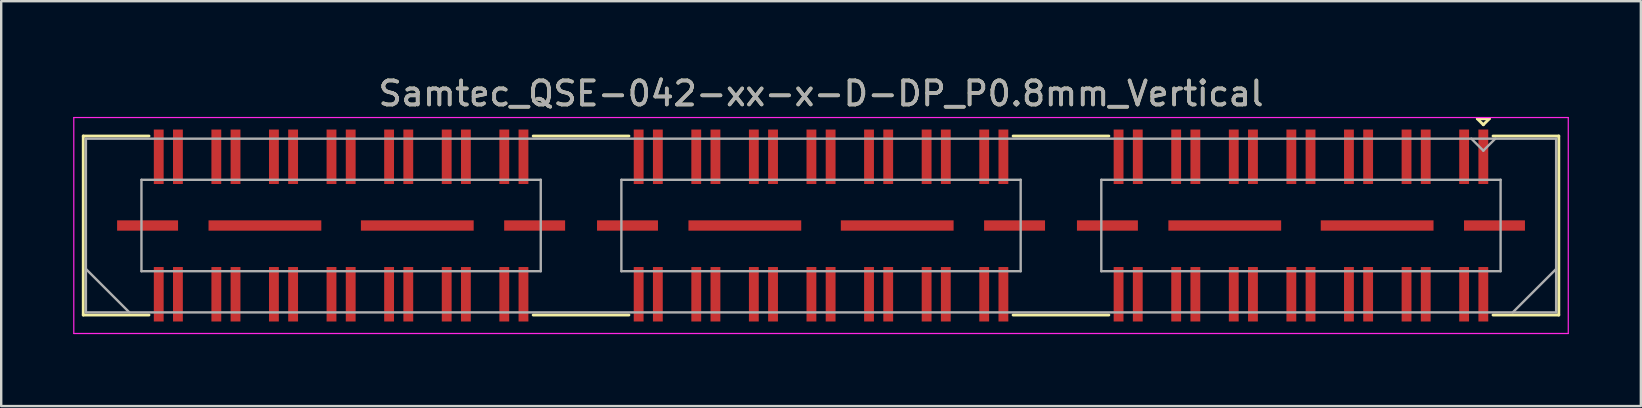
<source format=kicad_pcb>
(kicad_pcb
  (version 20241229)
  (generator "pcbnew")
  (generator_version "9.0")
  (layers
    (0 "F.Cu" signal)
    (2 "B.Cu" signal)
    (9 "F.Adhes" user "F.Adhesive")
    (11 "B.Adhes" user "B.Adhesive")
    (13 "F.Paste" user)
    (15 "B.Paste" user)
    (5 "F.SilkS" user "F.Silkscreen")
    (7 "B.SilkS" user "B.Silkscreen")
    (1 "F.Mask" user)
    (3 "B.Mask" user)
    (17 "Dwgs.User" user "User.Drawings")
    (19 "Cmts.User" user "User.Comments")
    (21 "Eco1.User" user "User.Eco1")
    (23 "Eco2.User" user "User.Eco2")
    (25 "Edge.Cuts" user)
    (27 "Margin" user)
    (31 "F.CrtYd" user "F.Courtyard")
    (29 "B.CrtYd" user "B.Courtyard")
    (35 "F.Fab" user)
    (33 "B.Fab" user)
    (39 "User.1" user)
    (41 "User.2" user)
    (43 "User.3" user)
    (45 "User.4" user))
  (footprint "Samtec_QSE-042-xx-x-D-DP_P0.8mm_Vertical"
    (layer "F.Cu")
    (at 31.165 6.348)
    (property "Reference" "Samtec_QSE-042-xx-x-D-DP_P0.8mm_Vertical" (at 0 -5.5 0) (layer "F.SilkS") (effects (font (size 1 1) (thickness 0.15))))
    (attr smd)
    (fp_line (start -30.745 -3.73) (end -28.005 -3.73) (stroke (width 0.12) (type solid)) (layer "F.SilkS"))
    (fp_line (start -30.745 3.73) (end -30.745 -3.73) (stroke (width 0.12) (type solid)) (layer "F.SilkS"))
    (fp_line (start -28.005 3.73) (end -30.745 3.73) (stroke (width 0.12) (type solid)) (layer "F.SilkS"))
    (fp_line (start -8.005 -3.73) (end -11.995 -3.73) (stroke (width 0.12) (type solid)) (layer "F.SilkS"))
    (fp_line (start -8.005 3.73) (end -11.995 3.73) (stroke (width 0.12) (type solid)) (layer "F.SilkS"))
    (fp_line (start 11.995 -3.73) (end 8.005 -3.73) (stroke (width 0.12) (type solid)) (layer "F.SilkS"))
    (fp_line (start 11.995 3.73) (end 8.005 3.73) (stroke (width 0.12) (type solid)) (layer "F.SilkS"))
    (fp_line (start 27.35 -4.45) (end 27.85 -4.45) (stroke (width 0.12) (type solid)) (layer "F.SilkS"))
    (fp_line (start 27.6 -4.2) (end 27.35 -4.45) (stroke (width 0.12) (type solid)) (layer "F.SilkS"))
    (fp_line (start 27.85 -4.45) (end 27.6 -4.2) (stroke (width 0.12) (type solid)) (layer "F.SilkS"))
    (fp_line (start 28.005 3.73) (end 30.745 3.73) (stroke (width 0.12) (type solid)) (layer "F.SilkS"))
    (fp_line (start 30.745 -3.73) (end 28.005 -3.73) (stroke (width 0.12) (type solid)) (layer "F.SilkS"))
    (fp_line (start 30.745 3.73) (end 30.745 -3.73) (stroke (width 0.12) (type solid)) (layer "F.SilkS"))
    (fp_line (start -31.14 -4.5) (end -31.14 4.5) (stroke (width 0.05) (type solid)) (layer "F.CrtYd"))
    (fp_line (start -31.14 4.5) (end 31.14 4.5) (stroke (width 0.05) (type solid)) (layer "F.CrtYd"))
    (fp_line (start 31.14 -4.5) (end -31.14 -4.5) (stroke (width 0.05) (type solid)) (layer "F.CrtYd"))
    (fp_line (start 31.14 4.5) (end 31.14 -4.5) (stroke (width 0.05) (type solid)) (layer "F.CrtYd"))
    (fp_line (start -30.635 -3.62) (end -30.635 3.62) (stroke (width 0.1) (type solid)) (layer "F.Fab"))
    (fp_line (start -30.635 1.81) (end -28.825 3.62) (stroke (width 0.1) (type solid)) (layer "F.Fab"))
    (fp_line (start -30.635 3.62) (end 30.635 3.62) (stroke (width 0.1) (type solid)) (layer "F.Fab"))
    (fp_line (start -28.32 -1.905) (end -28.32 1.905) (stroke (width 0.1) (type solid)) (layer "F.Fab"))
    (fp_line (start -28.32 1.905) (end -11.68 1.905) (stroke (width 0.1) (type solid)) (layer "F.Fab"))
    (fp_line (start -11.68 -1.905) (end -28.32 -1.905) (stroke (width 0.1) (type solid)) (layer "F.Fab"))
    (fp_line (start -11.68 1.905) (end -11.68 -1.905) (stroke (width 0.1) (type solid)) (layer "F.Fab"))
    (fp_line (start -8.32 -1.905) (end -8.32 1.905) (stroke (width 0.1) (type solid)) (layer "F.Fab"))
    (fp_line (start -8.32 1.905) (end 8.32 1.905) (stroke (width 0.1) (type solid)) (layer "F.Fab"))
    (fp_line (start 8.32 -1.905) (end -8.32 -1.905) (stroke (width 0.1) (type solid)) (layer "F.Fab"))
    (fp_line (start 8.32 1.905) (end 8.32 -1.905) (stroke (width 0.1) (type solid)) (layer "F.Fab"))
    (fp_line (start 11.68 -1.905) (end 11.68 1.905) (stroke (width 0.1) (type solid)) (layer "F.Fab"))
    (fp_line (start 11.68 1.905) (end 28.32 1.905) (stroke (width 0.1) (type solid)) (layer "F.Fab"))
    (fp_line (start 27.6 -3.12) (end 27.1 -3.62) (stroke (width 0.1) (type solid)) (layer "F.Fab"))
    (fp_line (start 28.1 -3.62) (end 27.6 -3.12) (stroke (width 0.1) (type solid)) (layer "F.Fab"))
    (fp_line (start 28.32 -1.905) (end 11.68 -1.905) (stroke (width 0.1) (type solid)) (layer "F.Fab"))
    (fp_line (start 28.32 1.905) (end 28.32 -1.905) (stroke (width 0.1) (type solid)) (layer "F.Fab"))
    (fp_line (start 30.635 -3.62) (end -30.635 -3.62) (stroke (width 0.1) (type solid)) (layer "F.Fab"))
    (fp_line (start 30.635 1.81) (end 28.825 3.62) (stroke (width 0.1) (type solid)) (layer "F.Fab"))
    (fp_line (start 30.635 3.62) (end 30.635 -3.62) (stroke (width 0.1) (type solid)) (layer "F.Fab"))
    (fp_text user "${REFERENCE}" (at 0 -5.5 0) (layer "F.Fab") (effects (font (size 1 1) (thickness 0.15))))
    (pad "1" smd rect (at 27.6 -2.865) (size 0.41 2.27) (layers "F.Cu" "F.Mask" "F.Paste"))
    (pad "2" smd rect (at 27.6 2.865) (size 0.41 2.27) (layers "F.Cu" "F.Mask" "F.Paste"))
    (pad "3" smd rect (at 26.8 -2.865) (size 0.41 2.27) (layers "F.Cu" "F.Mask" "F.Paste"))
    (pad "4" smd rect (at 26.8 2.865) (size 0.41 2.27) (layers "F.Cu" "F.Mask" "F.Paste"))
    (pad "5" smd rect (at 25.2 -2.865) (size 0.41 2.27) (layers "F.Cu" "F.Mask" "F.Paste"))
    (pad "6" smd rect (at 25.2 2.865) (size 0.41 2.27) (layers "F.Cu" "F.Mask" "F.Paste"))
    (pad "7" smd rect (at 24.4 -2.865) (size 0.41 2.27) (layers "F.Cu" "F.Mask" "F.Paste"))
    (pad "8" smd rect (at 24.4 2.865) (size 0.41 2.27) (layers "F.Cu" "F.Mask" "F.Paste"))
    (pad "9" smd rect (at 22.8 -2.865) (size 0.41 2.27) (layers "F.Cu" "F.Mask" "F.Paste"))
    (pad "10" smd rect (at 22.8 2.865) (size 0.41 2.27) (layers "F.Cu" "F.Mask" "F.Paste"))
    (pad "11" smd rect (at 22 -2.865) (size 0.41 2.27) (layers "F.Cu" "F.Mask" "F.Paste"))
    (pad "12" smd rect (at 22 2.865) (size 0.41 2.27) (layers "F.Cu" "F.Mask" "F.Paste"))
    (pad "13" smd rect (at 20.4 -2.865) (size 0.41 2.27) (layers "F.Cu" "F.Mask" "F.Paste"))
    (pad "14" smd rect (at 20.4 2.865) (size 0.41 2.27) (layers "F.Cu" "F.Mask" "F.Paste"))
    (pad "15" smd rect (at 19.6 -2.865) (size 0.41 2.27) (layers "F.Cu" "F.Mask" "F.Paste"))
    (pad "16" smd rect (at 19.6 2.865) (size 0.41 2.27) (layers "F.Cu" "F.Mask" "F.Paste"))
    (pad "17" smd rect (at 18 -2.865) (size 0.41 2.27) (layers "F.Cu" "F.Mask" "F.Paste"))
    (pad "18" smd rect (at 18 2.865) (size 0.41 2.27) (layers "F.Cu" "F.Mask" "F.Paste"))
    (pad "19" smd rect (at 17.2 -2.865) (size 0.41 2.27) (layers "F.Cu" "F.Mask" "F.Paste"))
    (pad "20" smd rect (at 17.2 2.865) (size 0.41 2.27) (layers "F.Cu" "F.Mask" "F.Paste"))
    (pad "21" smd rect (at 15.6 -2.865) (size 0.41 2.27) (layers "F.Cu" "F.Mask" "F.Paste"))
    (pad "22" smd rect (at 15.6 2.865) (size 0.41 2.27) (layers "F.Cu" "F.Mask" "F.Paste"))
    (pad "23" smd rect (at 14.8 -2.865) (size 0.41 2.27) (layers "F.Cu" "F.Mask" "F.Paste"))
    (pad "24" smd rect (at 14.8 2.865) (size 0.41 2.27) (layers "F.Cu" "F.Mask" "F.Paste"))
    (pad "25" smd rect (at 13.2 -2.865) (size 0.41 2.27) (layers "F.Cu" "F.Mask" "F.Paste"))
    (pad "26" smd rect (at 13.2 2.865) (size 0.41 2.27) (layers "F.Cu" "F.Mask" "F.Paste"))
    (pad "27" smd rect (at 12.4 -2.865) (size 0.41 2.27) (layers "F.Cu" "F.Mask" "F.Paste"))
    (pad "28" smd rect (at 12.4 2.865) (size 0.41 2.27) (layers "F.Cu" "F.Mask" "F.Paste"))
    (pad "29" smd rect (at 7.6 -2.865) (size 0.41 2.27) (layers "F.Cu" "F.Mask" "F.Paste"))
    (pad "30" smd rect (at 7.6 2.865) (size 0.41 2.27) (layers "F.Cu" "F.Mask" "F.Paste"))
    (pad "31" smd rect (at 6.8 -2.865) (size 0.41 2.27) (layers "F.Cu" "F.Mask" "F.Paste"))
    (pad "32" smd rect (at 6.8 2.865) (size 0.41 2.27) (layers "F.Cu" "F.Mask" "F.Paste"))
    (pad "33" smd rect (at 5.2 -2.865) (size 0.41 2.27) (layers "F.Cu" "F.Mask" "F.Paste"))
    (pad "34" smd rect (at 5.2 2.865) (size 0.41 2.27) (layers "F.Cu" "F.Mask" "F.Paste"))
    (pad "35" smd rect (at 4.4 -2.865) (size 0.41 2.27) (layers "F.Cu" "F.Mask" "F.Paste"))
    (pad "36" smd rect (at 4.4 2.865) (size 0.41 2.27) (layers "F.Cu" "F.Mask" "F.Paste"))
    (pad "37" smd rect (at 2.8 -2.865) (size 0.41 2.27) (layers "F.Cu" "F.Mask" "F.Paste"))
    (pad "38" smd rect (at 2.8 2.865) (size 0.41 2.27) (layers "F.Cu" "F.Mask" "F.Paste"))
    (pad "39" smd rect (at 2 -2.865) (size 0.41 2.27) (layers "F.Cu" "F.Mask" "F.Paste"))
    (pad "40" smd rect (at 2 2.865) (size 0.41 2.27) (layers "F.Cu" "F.Mask" "F.Paste"))
    (pad "41" smd rect (at 0.4 -2.865) (size 0.41 2.27) (layers "F.Cu" "F.Mask" "F.Paste"))
    (pad "42" smd rect (at 0.4 2.865) (size 0.41 2.27) (layers "F.Cu" "F.Mask" "F.Paste"))
    (pad "43" smd rect (at -0.4 -2.865) (size 0.41 2.27) (layers "F.Cu" "F.Mask" "F.Paste"))
    (pad "44" smd rect (at -0.4 2.865) (size 0.41 2.27) (layers "F.Cu" "F.Mask" "F.Paste"))
    (pad "45" smd rect (at -2 -2.865) (size 0.41 2.27) (layers "F.Cu" "F.Mask" "F.Paste"))
    (pad "46" smd rect (at -2 2.865) (size 0.41 2.27) (layers "F.Cu" "F.Mask" "F.Paste"))
    (pad "47" smd rect (at -2.8 -2.865) (size 0.41 2.27) (layers "F.Cu" "F.Mask" "F.Paste"))
    (pad "48" smd rect (at -2.8 2.865) (size 0.41 2.27) (layers "F.Cu" "F.Mask" "F.Paste"))
    (pad "49" smd rect (at -4.4 -2.865) (size 0.41 2.27) (layers "F.Cu" "F.Mask" "F.Paste"))
    (pad "50" smd rect (at -4.4 2.865) (size 0.41 2.27) (layers "F.Cu" "F.Mask" "F.Paste"))
    (pad "51" smd rect (at -5.2 -2.865) (size 0.41 2.27) (layers "F.Cu" "F.Mask" "F.Paste"))
    (pad "52" smd rect (at -5.2 2.865) (size 0.41 2.27) (layers "F.Cu" "F.Mask" "F.Paste"))
    (pad "53" smd rect (at -6.8 -2.865) (size 0.41 2.27) (layers "F.Cu" "F.Mask" "F.Paste"))
    (pad "54" smd rect (at -6.8 2.865) (size 0.41 2.27) (layers "F.Cu" "F.Mask" "F.Paste"))
    (pad "55" smd rect (at -7.6 -2.865) (size 0.41 2.27) (layers "F.Cu" "F.Mask" "F.Paste"))
    (pad "56" smd rect (at -7.6 2.865) (size 0.41 2.27) (layers "F.Cu" "F.Mask" "F.Paste"))
    (pad "57" smd rect (at -12.4 -2.865) (size 0.41 2.27) (layers "F.Cu" "F.Mask" "F.Paste"))
    (pad "58" smd rect (at -12.4 2.865) (size 0.41 2.27) (layers "F.Cu" "F.Mask" "F.Paste"))
    (pad "59" smd rect (at -13.2 -2.865) (size 0.41 2.27) (layers "F.Cu" "F.Mask" "F.Paste"))
    (pad "60" smd rect (at -13.2 2.865) (size 0.41 2.27) (layers "F.Cu" "F.Mask" "F.Paste"))
    (pad "61" smd rect (at -14.8 -2.865) (size 0.41 2.27) (layers "F.Cu" "F.Mask" "F.Paste"))
    (pad "62" smd rect (at -14.8 2.865) (size 0.41 2.27) (layers "F.Cu" "F.Mask" "F.Paste"))
    (pad "63" smd rect (at -15.6 -2.865) (size 0.41 2.27) (layers "F.Cu" "F.Mask" "F.Paste"))
    (pad "64" smd rect (at -15.6 2.865) (size 0.41 2.27) (layers "F.Cu" "F.Mask" "F.Paste"))
    (pad "65" smd rect (at -17.2 -2.865) (size 0.41 2.27) (layers "F.Cu" "F.Mask" "F.Paste"))
    (pad "66" smd rect (at -17.2 2.865) (size 0.41 2.27) (layers "F.Cu" "F.Mask" "F.Paste"))
    (pad "67" smd rect (at -18 -2.865) (size 0.41 2.27) (layers "F.Cu" "F.Mask" "F.Paste"))
    (pad "68" smd rect (at -18 2.865) (size 0.41 2.27) (layers "F.Cu" "F.Mask" "F.Paste"))
    (pad "69" smd rect (at -19.6 -2.865) (size 0.41 2.27) (layers "F.Cu" "F.Mask" "F.Paste"))
    (pad "70" smd rect (at -19.6 2.865) (size 0.41 2.27) (layers "F.Cu" "F.Mask" "F.Paste"))
    (pad "71" smd rect (at -20.4 -2.865) (size 0.41 2.27) (layers "F.Cu" "F.Mask" "F.Paste"))
    (pad "72" smd rect (at -20.4 2.865) (size 0.41 2.27) (layers "F.Cu" "F.Mask" "F.Paste"))
    (pad "73" smd rect (at -22 -2.865) (size 0.41 2.27) (layers "F.Cu" "F.Mask" "F.Paste"))
    (pad "74" smd rect (at -22 2.865) (size 0.41 2.27) (layers "F.Cu" "F.Mask" "F.Paste"))
    (pad "75" smd rect (at -22.8 -2.865) (size 0.41 2.27) (layers "F.Cu" "F.Mask" "F.Paste"))
    (pad "76" smd rect (at -22.8 2.865) (size 0.41 2.27) (layers "F.Cu" "F.Mask" "F.Paste"))
    (pad "77" smd rect (at -24.4 -2.865) (size 0.41 2.27) (layers "F.Cu" "F.Mask" "F.Paste"))
    (pad "78" smd rect (at -24.4 2.865) (size 0.41 2.27) (layers "F.Cu" "F.Mask" "F.Paste"))
    (pad "79" smd rect (at -25.2 -2.865) (size 0.41 2.27) (layers "F.Cu" "F.Mask" "F.Paste"))
    (pad "80" smd rect (at -25.2 2.865) (size 0.41 2.27) (layers "F.Cu" "F.Mask" "F.Paste"))
    (pad "81" smd rect (at -26.8 -2.865) (size 0.41 2.27) (layers "F.Cu" "F.Mask" "F.Paste"))
    (pad "82" smd rect (at -26.8 2.865) (size 0.41 2.27) (layers "F.Cu" "F.Mask" "F.Paste"))
    (pad "83" smd rect (at -27.6 -2.865) (size 0.41 2.27) (layers "F.Cu" "F.Mask" "F.Paste"))
    (pad "84" smd rect (at -27.6 2.865) (size 0.41 2.27) (layers "F.Cu" "F.Mask" "F.Paste"))
    (pad "P1" smd rect (at 11.935 0) (size 2.54 0.43) (layers "F.Cu" "F.Mask" "F.Paste"))
    (pad "P1" smd rect (at 16.825 0) (size 4.7 0.43) (layers "F.Cu" "F.Mask" "F.Paste"))
    (pad "P1" smd rect (at 23.175 0) (size 4.7 0.43) (layers "F.Cu" "F.Mask" "F.Paste"))
    (pad "P1" smd rect (at 28.065 0) (size 2.54 0.43) (layers "F.Cu" "F.Mask" "F.Paste"))
    (pad "P2" smd rect (at -8.065 0) (size 2.54 0.43) (layers "F.Cu" "F.Mask" "F.Paste"))
    (pad "P2" smd rect (at -3.175 0) (size 4.7 0.43) (layers "F.Cu" "F.Mask" "F.Paste"))
    (pad "P2" smd rect (at 3.175 0) (size 4.7 0.43) (layers "F.Cu" "F.Mask" "F.Paste"))
    (pad "P2" smd rect (at 8.065 0) (size 2.54 0.43) (layers "F.Cu" "F.Mask" "F.Paste"))
    (pad "P3" smd rect (at -28.065 0) (size 2.54 0.43) (layers "F.Cu" "F.Mask" "F.Paste"))
    (pad "P3" smd rect (at -23.175 0) (size 4.7 0.43) (layers "F.Cu" "F.Mask" "F.Paste"))
    (pad "P3" smd rect (at -16.825 0) (size 4.7 0.43) (layers "F.Cu" "F.Mask" "F.Paste"))
    (pad "P3" smd rect (at -11.935 0) (size 2.54 0.43) (layers "F.Cu" "F.Mask" "F.Paste")))
  (gr_rect
    (start -3 -3)
    (end 65.33 13.873)
    (stroke (width 0.1) (type default))
    (fill no)
    (layer "Edge.Cuts")))
</source>
